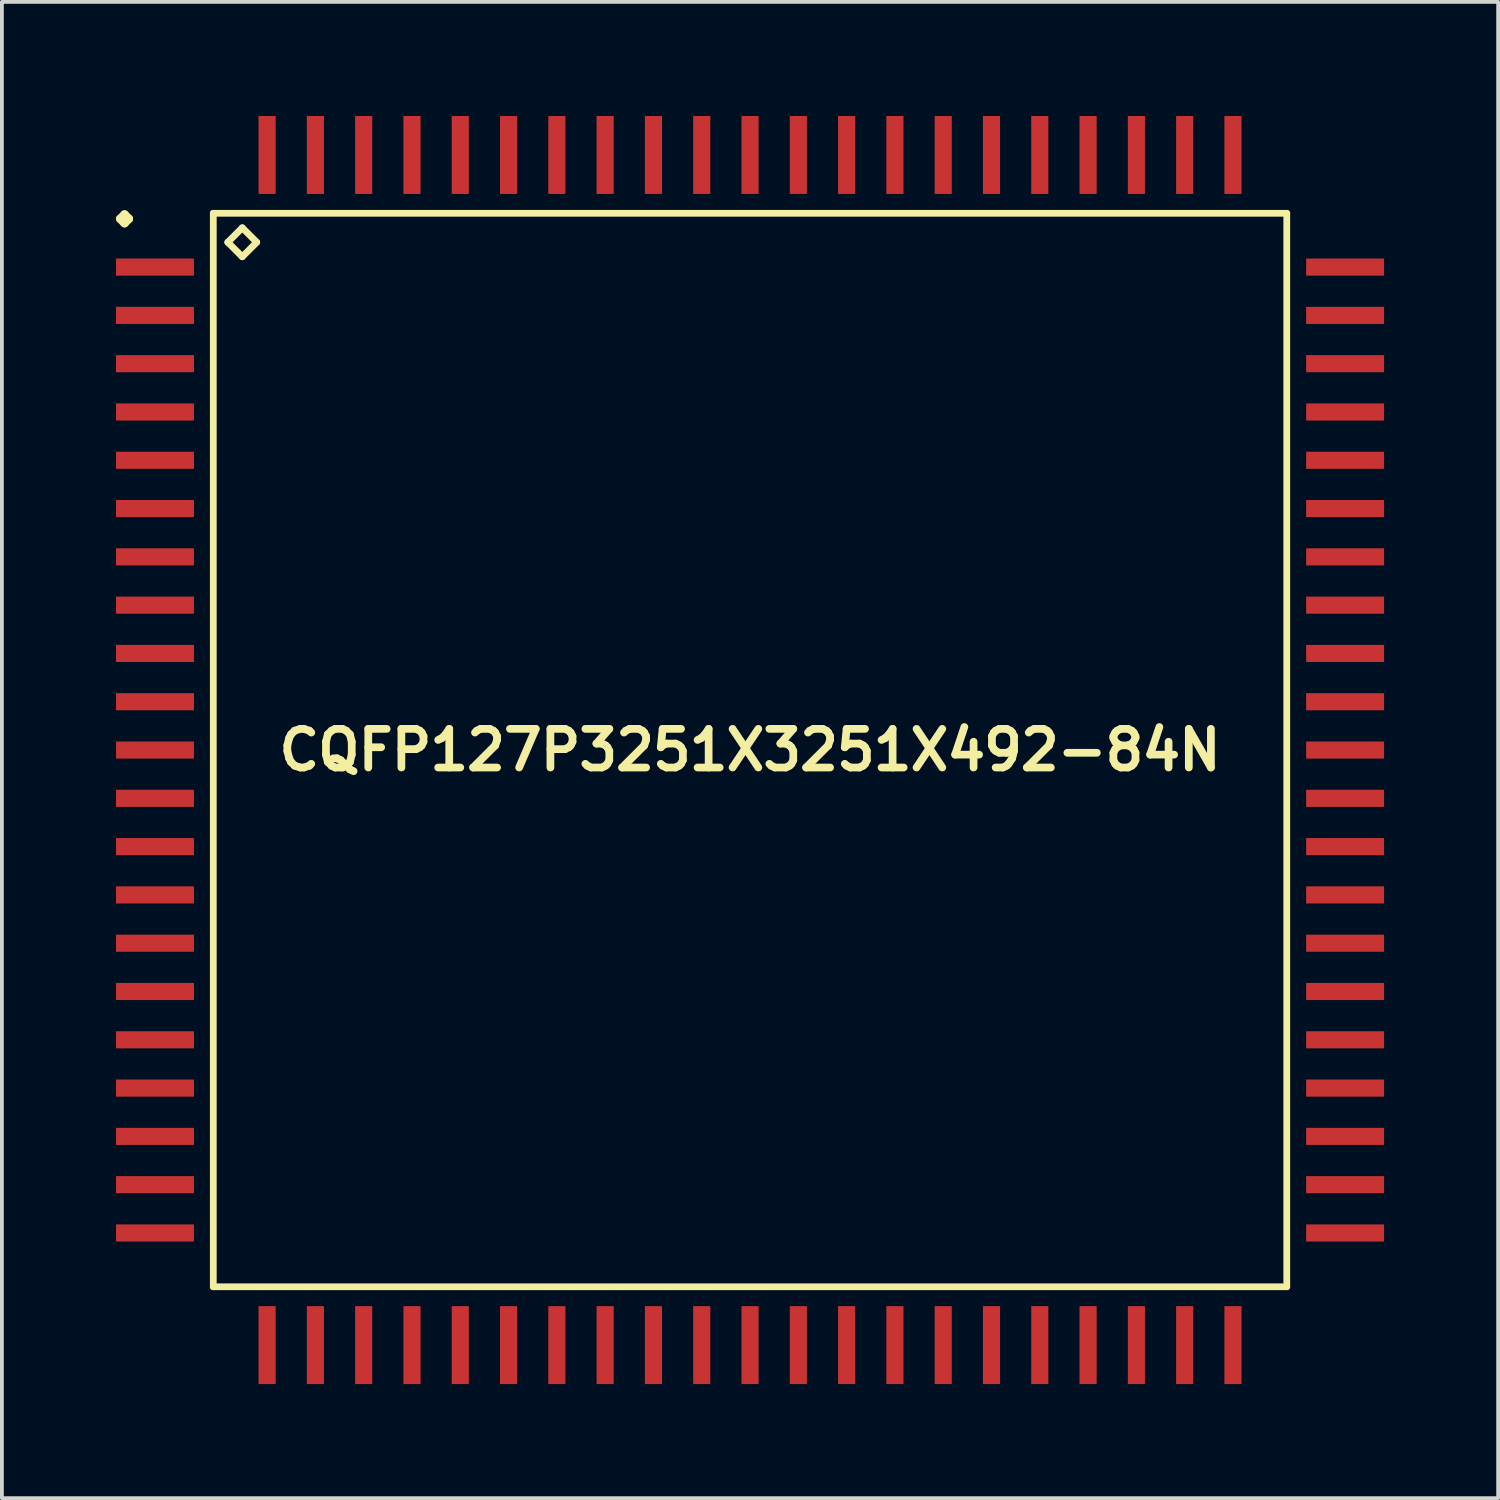
<source format=kicad_pcb>
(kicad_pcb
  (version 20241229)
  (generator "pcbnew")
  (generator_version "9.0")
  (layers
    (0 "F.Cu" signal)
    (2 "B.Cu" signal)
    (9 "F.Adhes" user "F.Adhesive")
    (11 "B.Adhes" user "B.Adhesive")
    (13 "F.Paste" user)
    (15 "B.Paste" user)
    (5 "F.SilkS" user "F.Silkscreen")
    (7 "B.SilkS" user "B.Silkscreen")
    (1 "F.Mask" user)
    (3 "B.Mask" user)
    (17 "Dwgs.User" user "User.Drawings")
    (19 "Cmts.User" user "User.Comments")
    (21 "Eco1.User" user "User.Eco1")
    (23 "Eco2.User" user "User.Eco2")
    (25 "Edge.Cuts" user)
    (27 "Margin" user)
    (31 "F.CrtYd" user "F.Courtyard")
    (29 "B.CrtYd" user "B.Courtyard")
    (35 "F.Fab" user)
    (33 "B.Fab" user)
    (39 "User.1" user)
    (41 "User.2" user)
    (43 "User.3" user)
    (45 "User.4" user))
  (footprint "CQFP127P3251X3251X492-84N"
    (layer "F.Cu")
    (at 16.674 16.674)
    (property "Reference" "CQFP127P3251X3251X492-84N" (at 0 0 0) (layer "F.SilkS") (effects (font (size 1.016 1.016) (thickness 0.203))))
    (attr smd)
    (fp_line (start -16.561 -13.97) (end -16.449 -14.082) (stroke (width 0.224) (type solid)) (layer "F.SilkS"))
    (fp_line (start -16.449 -14.082) (end -16.337 -13.97) (stroke (width 0.224) (type solid)) (layer "F.SilkS"))
    (fp_line (start -16.449 -13.856) (end -16.561 -13.97) (stroke (width 0.224) (type solid)) (layer "F.SilkS"))
    (fp_line (start -16.337 -13.97) (end -16.449 -13.856) (stroke (width 0.224) (type solid)) (layer "F.SilkS"))
    (fp_line (start -14.115 -14.115) (end -14.115 14.115) (stroke (width 0.178) (type solid)) (layer "F.SilkS"))
    (fp_line (start -14.115 14.115) (end 14.115 14.115) (stroke (width 0.178) (type solid)) (layer "F.SilkS"))
    (fp_line (start -13.734 -13.353) (end -13.353 -13.734) (stroke (width 0.178) (type solid)) (layer "F.SilkS"))
    (fp_line (start -13.353 -13.734) (end -12.972 -13.353) (stroke (width 0.178) (type solid)) (layer "F.SilkS"))
    (fp_line (start -13.353 -12.972) (end -13.734 -13.353) (stroke (width 0.178) (type solid)) (layer "F.SilkS"))
    (fp_line (start -12.972 -13.353) (end -13.353 -12.972) (stroke (width 0.178) (type solid)) (layer "F.SilkS"))
    (fp_line (start 14.115 -14.115) (end -14.115 -14.115) (stroke (width 0.178) (type solid)) (layer "F.SilkS"))
    (fp_line (start 14.115 14.115) (end 14.115 -14.115) (stroke (width 0.178) (type solid)) (layer "F.SilkS"))
    (pad "1" smd rect (at -15.649 -12.7) (size 2.05 0.45) (layers "F.Cu" "F.Mask" "F.Paste"))
    (pad "2" smd rect (at -15.649 -11.43) (size 2.05 0.45) (layers "F.Cu" "F.Mask" "F.Paste"))
    (pad "3" smd rect (at -15.649 -10.16) (size 2.05 0.45) (layers "F.Cu" "F.Mask" "F.Paste"))
    (pad "4" smd rect (at -15.649 -8.89) (size 2.05 0.45) (layers "F.Cu" "F.Mask" "F.Paste"))
    (pad "5" smd rect (at -15.649 -7.62) (size 2.05 0.45) (layers "F.Cu" "F.Mask" "F.Paste"))
    (pad "6" smd rect (at -15.649 -6.35) (size 2.05 0.45) (layers "F.Cu" "F.Mask" "F.Paste"))
    (pad "7" smd rect (at -15.649 -5.08) (size 2.05 0.45) (layers "F.Cu" "F.Mask" "F.Paste"))
    (pad "8" smd rect (at -15.649 -3.81) (size 2.05 0.45) (layers "F.Cu" "F.Mask" "F.Paste"))
    (pad "9" smd rect (at -15.649 -2.54) (size 2.05 0.45) (layers "F.Cu" "F.Mask" "F.Paste"))
    (pad "10" smd rect (at -15.649 -1.27) (size 2.05 0.45) (layers "F.Cu" "F.Mask" "F.Paste"))
    (pad "11" smd rect (at -15.649 0) (size 2.05 0.45) (layers "F.Cu" "F.Mask" "F.Paste"))
    (pad "12" smd rect (at -15.649 1.27) (size 2.05 0.45) (layers "F.Cu" "F.Mask" "F.Paste"))
    (pad "13" smd rect (at -15.649 2.54) (size 2.05 0.45) (layers "F.Cu" "F.Mask" "F.Paste"))
    (pad "14" smd rect (at -15.649 3.81) (size 2.05 0.45) (layers "F.Cu" "F.Mask" "F.Paste"))
    (pad "15" smd rect (at -15.649 5.08) (size 2.05 0.45) (layers "F.Cu" "F.Mask" "F.Paste"))
    (pad "16" smd rect (at -15.649 6.35) (size 2.05 0.45) (layers "F.Cu" "F.Mask" "F.Paste"))
    (pad "17" smd rect (at -15.649 7.62) (size 2.05 0.45) (layers "F.Cu" "F.Mask" "F.Paste"))
    (pad "18" smd rect (at -15.649 8.89) (size 2.05 0.45) (layers "F.Cu" "F.Mask" "F.Paste"))
    (pad "19" smd rect (at -15.649 10.16) (size 2.05 0.45) (layers "F.Cu" "F.Mask" "F.Paste"))
    (pad "20" smd rect (at -15.649 11.43) (size 2.05 0.45) (layers "F.Cu" "F.Mask" "F.Paste"))
    (pad "21" smd rect (at -15.649 12.7) (size 2.05 0.45) (layers "F.Cu" "F.Mask" "F.Paste"))
    (pad "22" smd rect (at -12.7 15.649) (size 0.45 2.05) (layers "F.Cu" "F.Mask" "F.Paste"))
    (pad "23" smd rect (at -11.43 15.649) (size 0.45 2.05) (layers "F.Cu" "F.Mask" "F.Paste"))
    (pad "24" smd rect (at -10.16 15.649) (size 0.45 2.05) (layers "F.Cu" "F.Mask" "F.Paste"))
    (pad "25" smd rect (at -8.89 15.649) (size 0.45 2.05) (layers "F.Cu" "F.Mask" "F.Paste"))
    (pad "26" smd rect (at -7.62 15.649) (size 0.45 2.05) (layers "F.Cu" "F.Mask" "F.Paste"))
    (pad "27" smd rect (at -6.35 15.649) (size 0.45 2.05) (layers "F.Cu" "F.Mask" "F.Paste"))
    (pad "28" smd rect (at -5.08 15.649) (size 0.45 2.05) (layers "F.Cu" "F.Mask" "F.Paste"))
    (pad "29" smd rect (at -3.81 15.649) (size 0.45 2.05) (layers "F.Cu" "F.Mask" "F.Paste"))
    (pad "30" smd rect (at -2.54 15.649) (size 0.45 2.05) (layers "F.Cu" "F.Mask" "F.Paste"))
    (pad "31" smd rect (at -1.27 15.649) (size 0.45 2.05) (layers "F.Cu" "F.Mask" "F.Paste"))
    (pad "32" smd rect (at 0 15.649) (size 0.45 2.05) (layers "F.Cu" "F.Mask" "F.Paste"))
    (pad "33" smd rect (at 1.27 15.649) (size 0.45 2.05) (layers "F.Cu" "F.Mask" "F.Paste"))
    (pad "34" smd rect (at 2.54 15.649) (size 0.45 2.05) (layers "F.Cu" "F.Mask" "F.Paste"))
    (pad "35" smd rect (at 3.81 15.649) (size 0.45 2.05) (layers "F.Cu" "F.Mask" "F.Paste"))
    (pad "36" smd rect (at 5.08 15.649) (size 0.45 2.05) (layers "F.Cu" "F.Mask" "F.Paste"))
    (pad "37" smd rect (at 6.35 15.649) (size 0.45 2.05) (layers "F.Cu" "F.Mask" "F.Paste"))
    (pad "38" smd rect (at 7.62 15.649) (size 0.45 2.05) (layers "F.Cu" "F.Mask" "F.Paste"))
    (pad "39" smd rect (at 8.89 15.649) (size 0.45 2.05) (layers "F.Cu" "F.Mask" "F.Paste"))
    (pad "40" smd rect (at 10.16 15.649) (size 0.45 2.05) (layers "F.Cu" "F.Mask" "F.Paste"))
    (pad "41" smd rect (at 11.43 15.649) (size 0.45 2.05) (layers "F.Cu" "F.Mask" "F.Paste"))
    (pad "42" smd rect (at 12.7 15.649) (size 0.45 2.05) (layers "F.Cu" "F.Mask" "F.Paste"))
    (pad "43" smd rect (at 15.649 12.7) (size 2.05 0.45) (layers "F.Cu" "F.Mask" "F.Paste"))
    (pad "44" smd rect (at 15.649 11.43) (size 2.05 0.45) (layers "F.Cu" "F.Mask" "F.Paste"))
    (pad "45" smd rect (at 15.649 10.16) (size 2.05 0.45) (layers "F.Cu" "F.Mask" "F.Paste"))
    (pad "46" smd rect (at 15.649 8.89) (size 2.05 0.45) (layers "F.Cu" "F.Mask" "F.Paste"))
    (pad "47" smd rect (at 15.649 7.62) (size 2.05 0.45) (layers "F.Cu" "F.Mask" "F.Paste"))
    (pad "48" smd rect (at 15.649 6.35) (size 2.05 0.45) (layers "F.Cu" "F.Mask" "F.Paste"))
    (pad "49" smd rect (at 15.649 5.08) (size 2.05 0.45) (layers "F.Cu" "F.Mask" "F.Paste"))
    (pad "50" smd rect (at 15.649 3.81) (size 2.05 0.45) (layers "F.Cu" "F.Mask" "F.Paste"))
    (pad "51" smd rect (at 15.649 2.54) (size 2.05 0.45) (layers "F.Cu" "F.Mask" "F.Paste"))
    (pad "52" smd rect (at 15.649 1.27) (size 2.05 0.45) (layers "F.Cu" "F.Mask" "F.Paste"))
    (pad "53" smd rect (at 15.649 0) (size 2.05 0.45) (layers "F.Cu" "F.Mask" "F.Paste"))
    (pad "54" smd rect (at 15.649 -1.27) (size 2.05 0.45) (layers "F.Cu" "F.Mask" "F.Paste"))
    (pad "55" smd rect (at 15.649 -2.54) (size 2.05 0.45) (layers "F.Cu" "F.Mask" "F.Paste"))
    (pad "56" smd rect (at 15.649 -3.81) (size 2.05 0.45) (layers "F.Cu" "F.Mask" "F.Paste"))
    (pad "57" smd rect (at 15.649 -5.08) (size 2.05 0.45) (layers "F.Cu" "F.Mask" "F.Paste"))
    (pad "58" smd rect (at 15.649 -6.35) (size 2.05 0.45) (layers "F.Cu" "F.Mask" "F.Paste"))
    (pad "59" smd rect (at 15.649 -7.62) (size 2.05 0.45) (layers "F.Cu" "F.Mask" "F.Paste"))
    (pad "60" smd rect (at 15.649 -8.89) (size 2.05 0.45) (layers "F.Cu" "F.Mask" "F.Paste"))
    (pad "61" smd rect (at 15.649 -10.16) (size 2.05 0.45) (layers "F.Cu" "F.Mask" "F.Paste"))
    (pad "62" smd rect (at 15.649 -11.43) (size 2.05 0.45) (layers "F.Cu" "F.Mask" "F.Paste"))
    (pad "63" smd rect (at 15.649 -12.7) (size 2.05 0.45) (layers "F.Cu" "F.Mask" "F.Paste"))
    (pad "64" smd rect (at 12.7 -15.649) (size 0.45 2.05) (layers "F.Cu" "F.Mask" "F.Paste"))
    (pad "65" smd rect (at 11.43 -15.649) (size 0.45 2.05) (layers "F.Cu" "F.Mask" "F.Paste"))
    (pad "66" smd rect (at 10.16 -15.649) (size 0.45 2.05) (layers "F.Cu" "F.Mask" "F.Paste"))
    (pad "67" smd rect (at 8.89 -15.649) (size 0.45 2.05) (layers "F.Cu" "F.Mask" "F.Paste"))
    (pad "68" smd rect (at 7.62 -15.649) (size 0.45 2.05) (layers "F.Cu" "F.Mask" "F.Paste"))
    (pad "69" smd rect (at 6.35 -15.649) (size 0.45 2.05) (layers "F.Cu" "F.Mask" "F.Paste"))
    (pad "70" smd rect (at 5.08 -15.649) (size 0.45 2.05) (layers "F.Cu" "F.Mask" "F.Paste"))
    (pad "71" smd rect (at 3.81 -15.649) (size 0.45 2.05) (layers "F.Cu" "F.Mask" "F.Paste"))
    (pad "72" smd rect (at 2.54 -15.649) (size 0.45 2.05) (layers "F.Cu" "F.Mask" "F.Paste"))
    (pad "73" smd rect (at 1.27 -15.649) (size 0.45 2.05) (layers "F.Cu" "F.Mask" "F.Paste"))
    (pad "74" smd rect (at 0 -15.649) (size 0.45 2.05) (layers "F.Cu" "F.Mask" "F.Paste"))
    (pad "75" smd rect (at -1.27 -15.649) (size 0.45 2.05) (layers "F.Cu" "F.Mask" "F.Paste"))
    (pad "76" smd rect (at -2.54 -15.649) (size 0.45 2.05) (layers "F.Cu" "F.Mask" "F.Paste"))
    (pad "77" smd rect (at -3.81 -15.649) (size 0.45 2.05) (layers "F.Cu" "F.Mask" "F.Paste"))
    (pad "78" smd rect (at -5.08 -15.649) (size 0.45 2.05) (layers "F.Cu" "F.Mask" "F.Paste"))
    (pad "79" smd rect (at -6.35 -15.649) (size 0.45 2.05) (layers "F.Cu" "F.Mask" "F.Paste"))
    (pad "80" smd rect (at -7.62 -15.649) (size 0.45 2.05) (layers "F.Cu" "F.Mask" "F.Paste"))
    (pad "81" smd rect (at -8.89 -15.649) (size 0.45 2.05) (layers "F.Cu" "F.Mask" "F.Paste"))
    (pad "82" smd rect (at -10.16 -15.649) (size 0.45 2.05) (layers "F.Cu" "F.Mask" "F.Paste"))
    (pad "83" smd rect (at -11.43 -15.649) (size 0.45 2.05) (layers "F.Cu" "F.Mask" "F.Paste"))
    (pad "84" smd rect (at -12.7 -15.649) (size 0.45 2.05) (layers "F.Cu" "F.Mask" "F.Paste")))
  (gr_rect
    (start -3 -3)
    (end 36.348 36.348)
    (stroke (width 0.1) (type default))
    (fill no)
    (layer "Edge.Cuts")))
</source>
